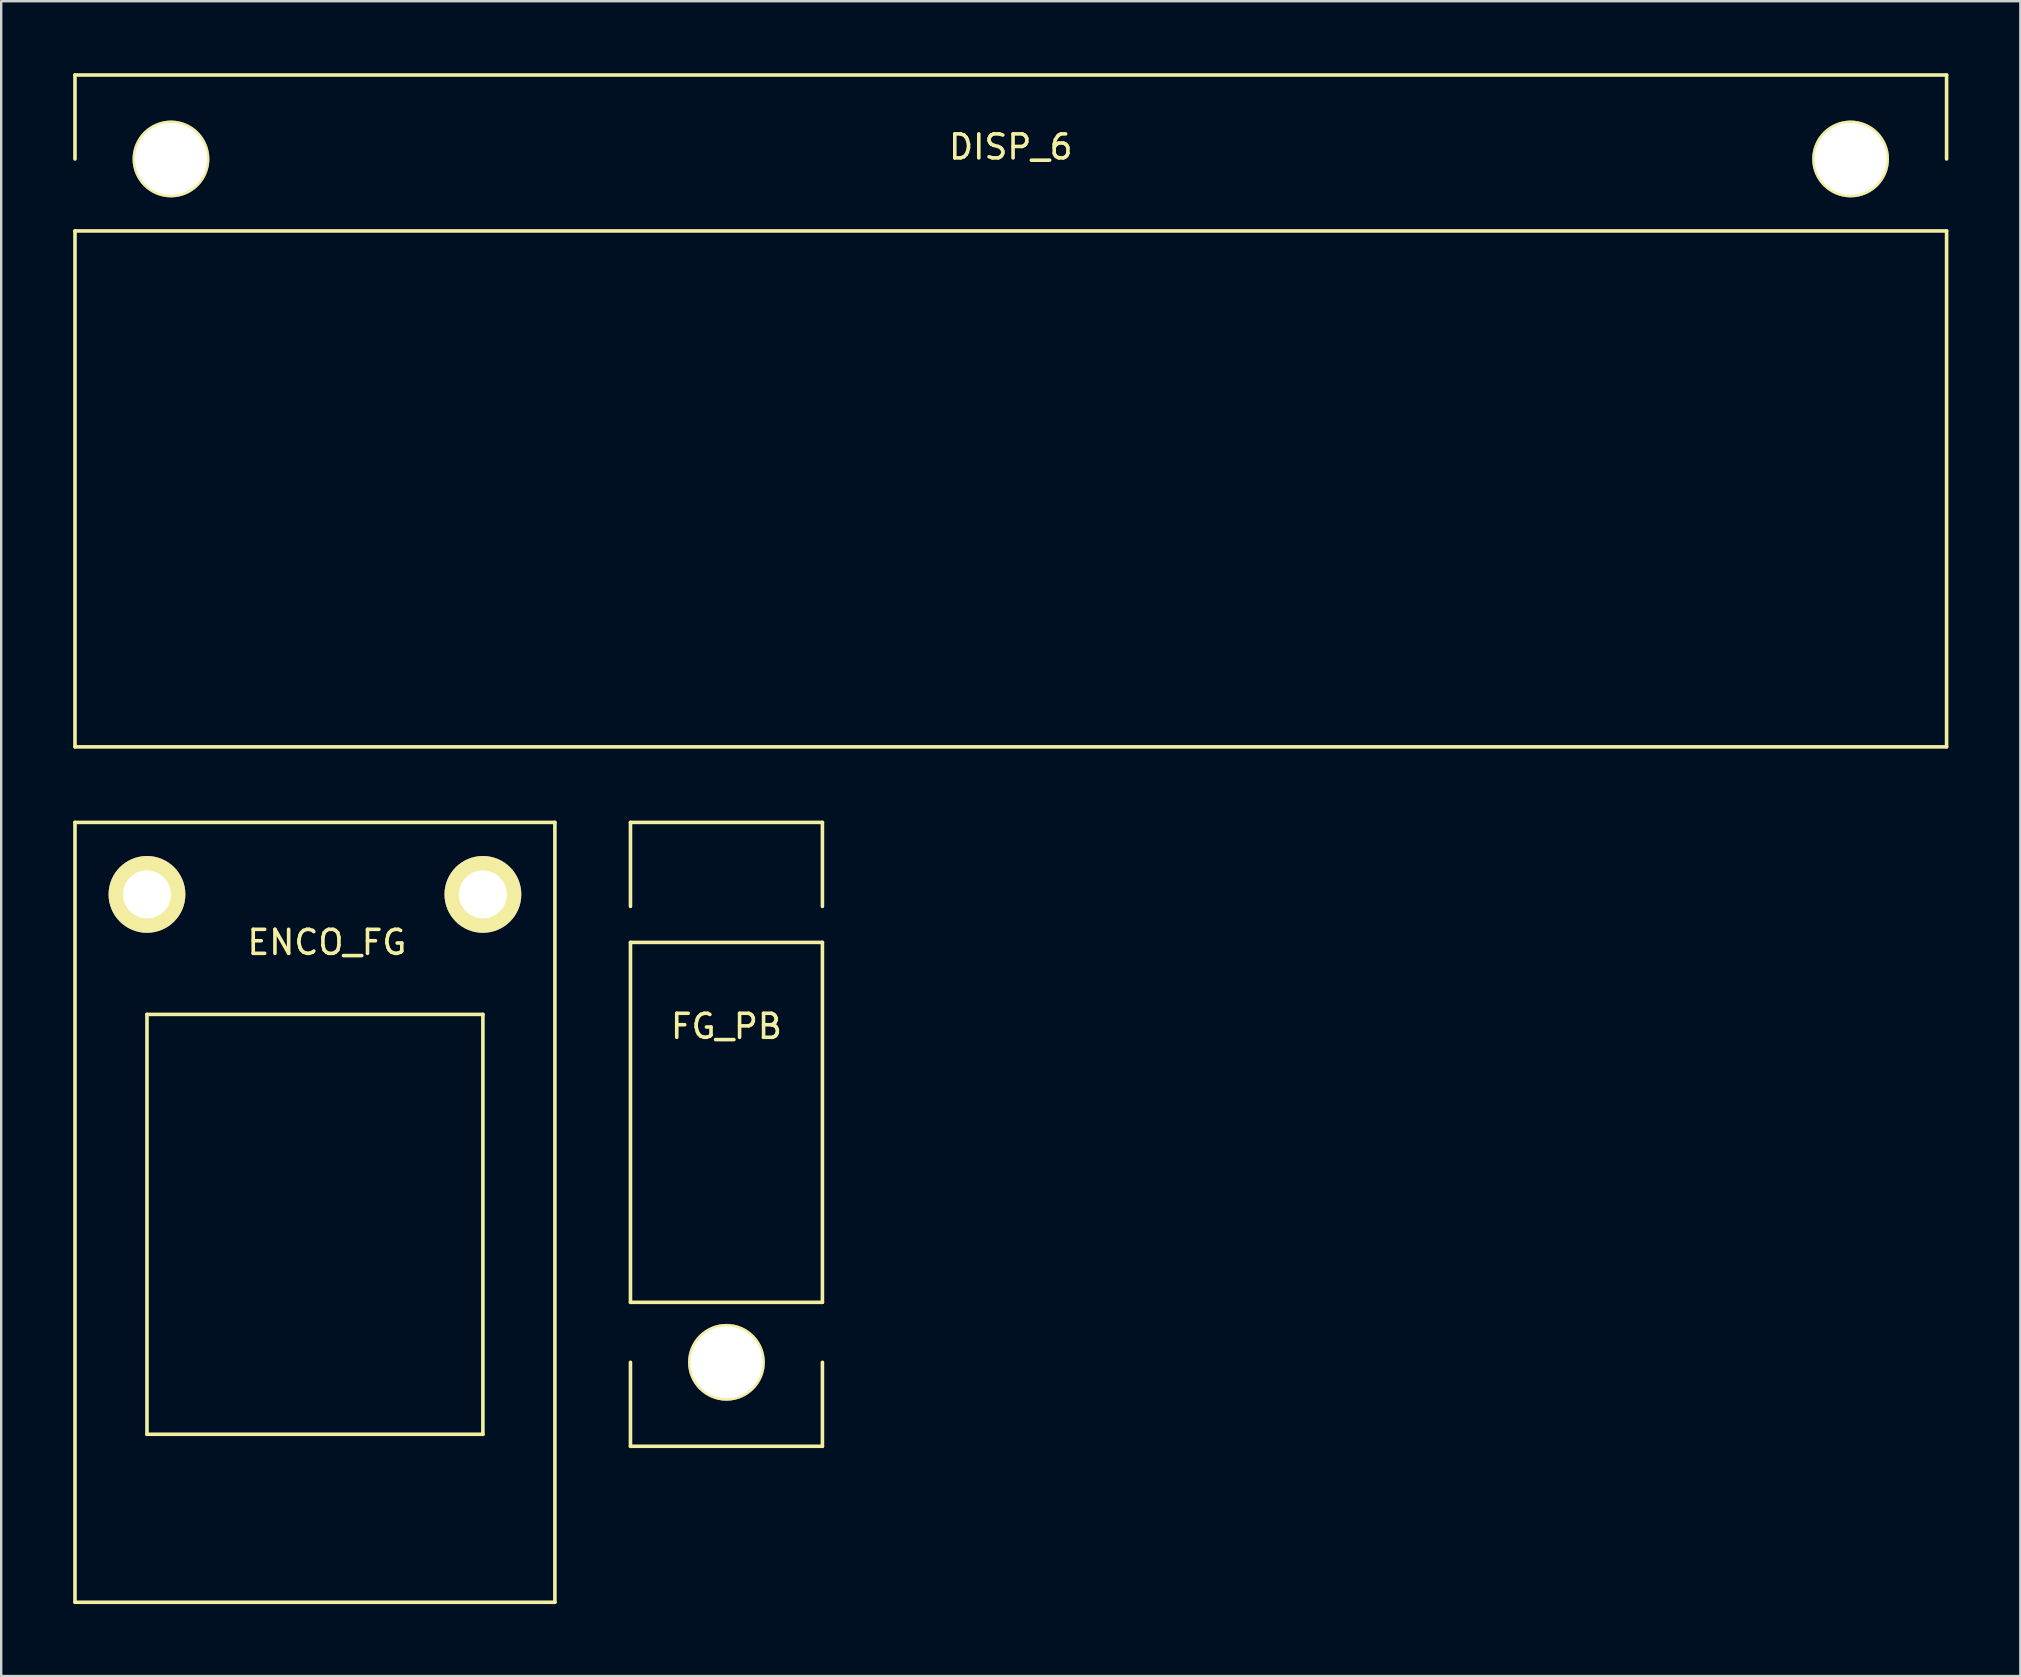
<source format=kicad_pcb>
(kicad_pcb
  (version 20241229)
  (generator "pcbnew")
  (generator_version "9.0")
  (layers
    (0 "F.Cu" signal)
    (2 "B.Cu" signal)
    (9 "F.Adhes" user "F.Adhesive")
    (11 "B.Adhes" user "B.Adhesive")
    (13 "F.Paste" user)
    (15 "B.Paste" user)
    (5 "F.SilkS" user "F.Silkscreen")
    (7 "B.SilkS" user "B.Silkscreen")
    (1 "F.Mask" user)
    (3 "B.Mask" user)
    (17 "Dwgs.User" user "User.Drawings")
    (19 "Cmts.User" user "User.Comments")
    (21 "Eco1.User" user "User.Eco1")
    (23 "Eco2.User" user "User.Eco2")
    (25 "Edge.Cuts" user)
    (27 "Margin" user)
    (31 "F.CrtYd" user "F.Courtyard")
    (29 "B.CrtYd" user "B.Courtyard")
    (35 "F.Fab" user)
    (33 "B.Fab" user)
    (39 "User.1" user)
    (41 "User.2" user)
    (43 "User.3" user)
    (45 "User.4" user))
  (footprint "ENCO_FG"
    (layer "F.Cu")
    (at 10.075 34.225)
    (property "Reference" "ENCO_FG" (at 0.5 2 0) (layer "F.SilkS") (effects (font (size 1 1) (thickness 0.15))))
    (attr through_hole)
    (fp_line (start -10 -3) (end -10 29.5) (stroke (width 0.15) (type solid)) (layer "F.SilkS"))
    (fp_line (start -10 29.5) (end 10 29.5) (stroke (width 0.15) (type solid)) (layer "F.SilkS"))
    (fp_line (start -7 5) (end 7 5) (stroke (width 0.15) (type solid)) (layer "F.SilkS"))
    (fp_line (start -7 22.5) (end -7 5) (stroke (width 0.15) (type solid)) (layer "F.SilkS"))
    (fp_line (start 7 5) (end 7 22.5) (stroke (width 0.15) (type solid)) (layer "F.SilkS"))
    (fp_line (start 7 22.5) (end -7 22.5) (stroke (width 0.15) (type solid)) (layer "F.SilkS"))
    (fp_line (start 10 -3) (end -10 -3) (stroke (width 0.15) (type solid)) (layer "F.SilkS"))
    (fp_line (start 10 29.5) (end 10 -3) (stroke (width 0.15) (type solid)) (layer "F.SilkS"))
    (pad "1" thru_hole circle (at -7 0) (size 3.2 3.2) (drill 2) (layers "*.Cu" "*.Mask" "F.SilkS"))
    (pad "2" thru_hole circle (at 7 0) (size 3.2 3.2) (drill 2) (layers "*.Cu" "*.Mask" "F.SilkS")))
  (footprint "DISP_6"
    (layer "F.Cu")
    (at 39.075 3.575)
    (property "Reference" "DISP_6" (at 0 -0.5 0) (layer "F.SilkS") (effects (font (size 1 1) (thickness 0.15))))
    (attr through_hole)
    (fp_line (start -39 -3.5) (end -39 0) (stroke (width 0.15) (type solid)) (layer "F.SilkS"))
    (fp_line (start -39 -3.5) (end 39 -3.5) (stroke (width 0.15) (type solid)) (layer "F.SilkS"))
    (fp_line (start -39 3) (end 39 3) (stroke (width 0.15) (type solid)) (layer "F.SilkS"))
    (fp_line (start -39 24.5) (end -39 3) (stroke (width 0.15) (type solid)) (layer "F.SilkS"))
    (fp_line (start 39 -3.5) (end 39 0) (stroke (width 0.15) (type solid)) (layer "F.SilkS"))
    (fp_line (start 39 3) (end 39 24.5) (stroke (width 0.15) (type solid)) (layer "F.SilkS"))
    (fp_line (start 39 24.5) (end -39 24.5) (stroke (width 0.15) (type solid)) (layer "F.SilkS"))
    (pad "1" thru_hole circle (at -35 0) (size 3.2 3.2) (drill 3) (layers "*.Cu" "*.Mask" "F.SilkS"))
    (pad "2" thru_hole circle (at 35 0) (size 3.2 3.2) (drill 3) (layers "*.Cu" "*.Mask" "F.SilkS")))
  (footprint "FG_PB"
    (layer "F.Cu")
    (at 27.225 53.725)
    (property "Reference" "FG_PB" (at 0 -14 0) (layer "F.SilkS") (effects (font (size 1 1) (thickness 0.15))))
    (attr through_hole)
    (fp_line (start -4 -22.5) (end -4 -19) (stroke (width 0.15) (type solid)) (layer "F.SilkS"))
    (fp_line (start -4 -17.5) (end -4 -2.5) (stroke (width 0.15) (type solid)) (layer "F.SilkS"))
    (fp_line (start -4 -2.5) (end 4 -2.5) (stroke (width 0.15) (type solid)) (layer "F.SilkS"))
    (fp_line (start -4 0) (end -4 3.5) (stroke (width 0.15) (type solid)) (layer "F.SilkS"))
    (fp_line (start -4 3.5) (end 4 3.5) (stroke (width 0.15) (type solid)) (layer "F.SilkS"))
    (fp_line (start 4 -22.5) (end -4 -22.5) (stroke (width 0.15) (type solid)) (layer "F.SilkS"))
    (fp_line (start 4 -22.5) (end 4 -19) (stroke (width 0.15) (type solid)) (layer "F.SilkS"))
    (fp_line (start 4 -17.5) (end -4 -17.5) (stroke (width 0.15) (type solid)) (layer "F.SilkS"))
    (fp_line (start 4 -2.5) (end 4 -17.5) (stroke (width 0.15) (type solid)) (layer "F.SilkS"))
    (fp_line (start 4 3.5) (end 4 0) (stroke (width 0.15) (type solid)) (layer "F.SilkS"))
    (pad "1" thru_hole circle (at 0 0) (size 3.2 3.2) (drill 3) (layers "*.Cu" "*.Mask" "F.SilkS")))
  (gr_rect
    (start -3 -3)
    (end 81.15 66.8)
    (stroke (width 0.1) (type default))
    (fill no)
    (layer "Edge.Cuts")))
</source>
